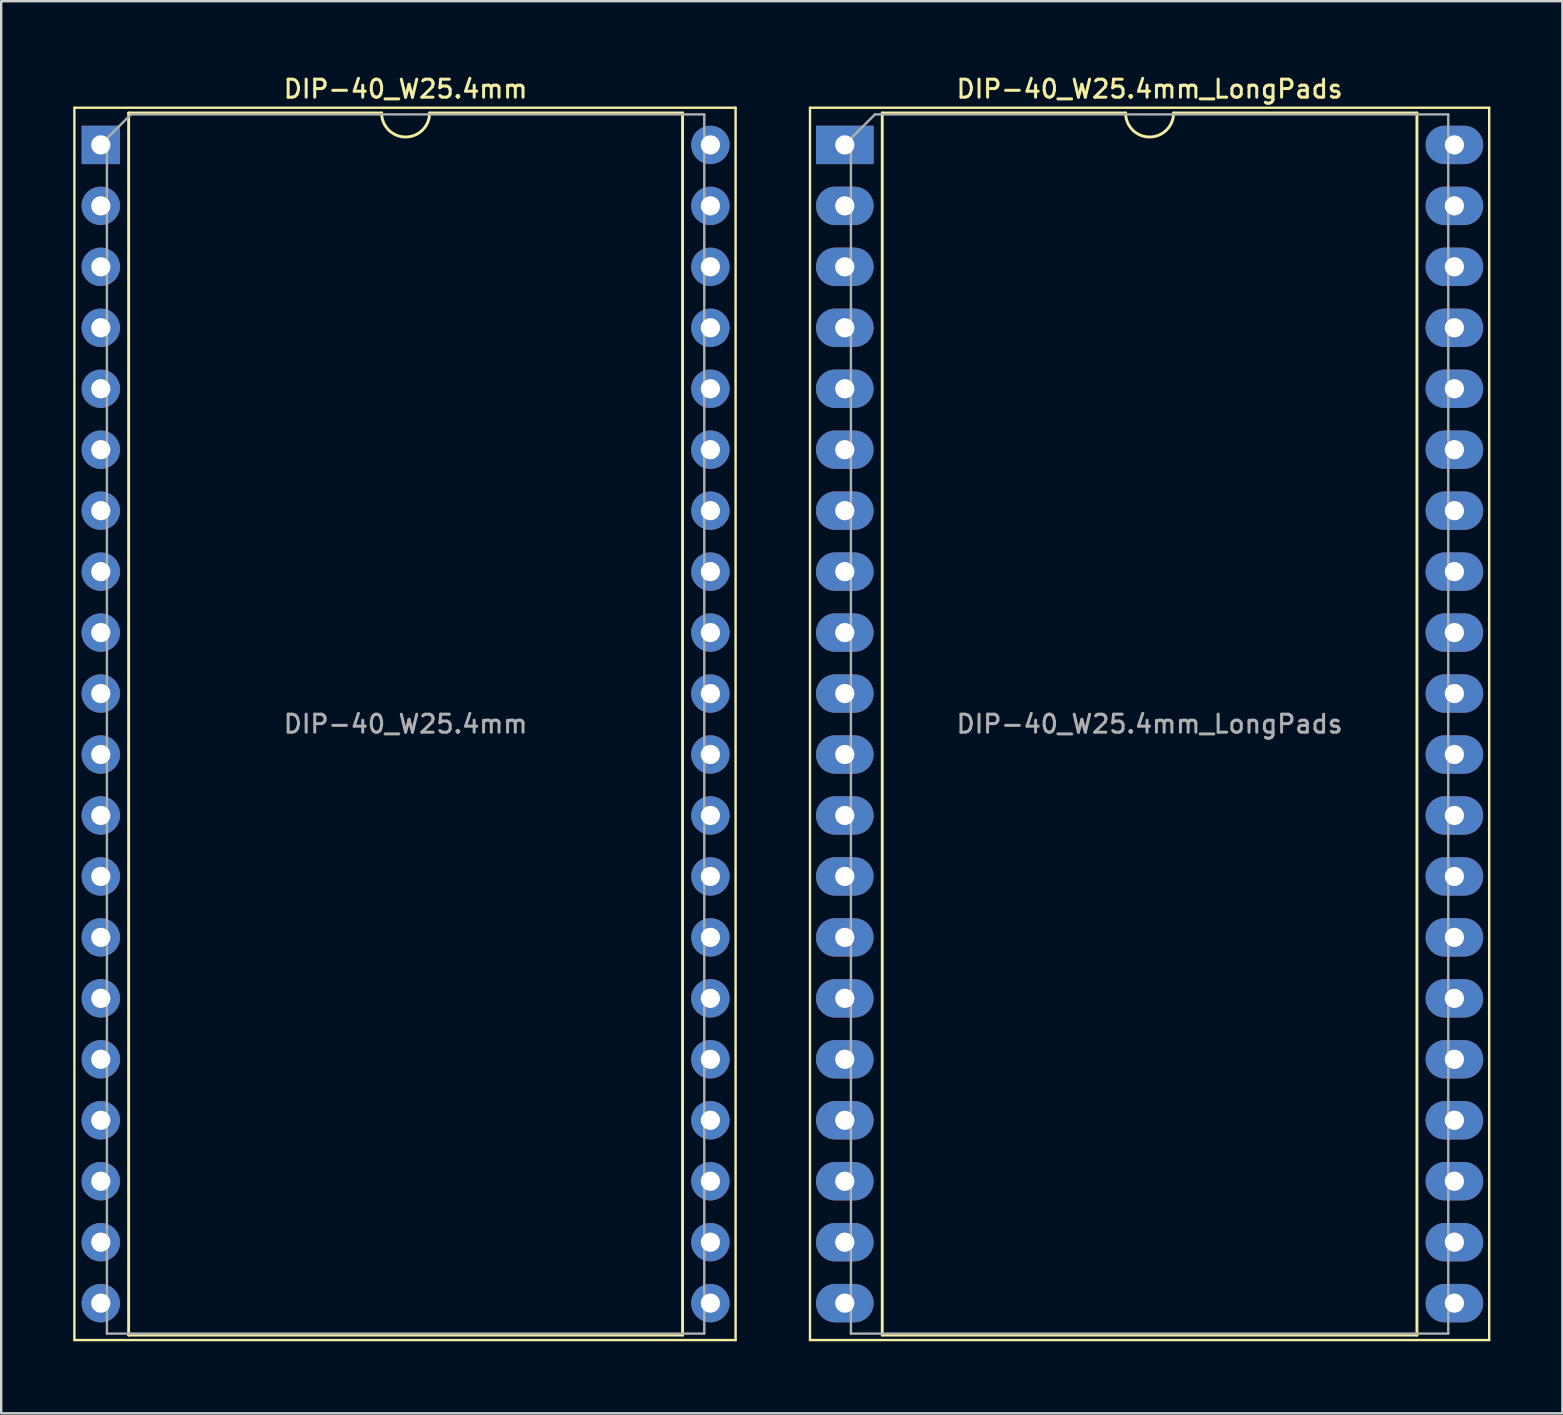
<source format=kicad_pcb>
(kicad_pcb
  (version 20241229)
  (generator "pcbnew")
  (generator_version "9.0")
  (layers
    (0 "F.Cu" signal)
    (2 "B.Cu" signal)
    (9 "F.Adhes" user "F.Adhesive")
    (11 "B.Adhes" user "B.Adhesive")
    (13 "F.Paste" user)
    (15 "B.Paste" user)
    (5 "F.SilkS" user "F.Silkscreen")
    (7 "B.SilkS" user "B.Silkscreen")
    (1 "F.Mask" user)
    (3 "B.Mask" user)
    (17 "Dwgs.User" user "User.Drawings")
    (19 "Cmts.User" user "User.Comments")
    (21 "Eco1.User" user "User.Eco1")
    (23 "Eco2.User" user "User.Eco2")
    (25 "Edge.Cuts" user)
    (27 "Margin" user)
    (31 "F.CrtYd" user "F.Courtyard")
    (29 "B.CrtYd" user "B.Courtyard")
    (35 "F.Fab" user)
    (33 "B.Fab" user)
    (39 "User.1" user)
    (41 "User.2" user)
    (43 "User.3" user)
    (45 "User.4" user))
  (footprint "DIP-40_W25.4mm"
    (layer "F.Cu")
    (at 1.15 2.988)
    (property "Reference" "DIP-40_W25.4mm" (at 12.7 -2.33 0) (layer "F.SilkS") (effects (font (size 0.75 0.75) (thickness 0.125))))
    (attr through_hole)
    (fp_line (start -1.1 -1.55) (end -1.1 49.8) (stroke (width 0.1) (type solid)) (layer "F.SilkS"))
    (fp_line (start -1.1 49.8) (end 26.45 49.8) (stroke (width 0.1) (type solid)) (layer "F.SilkS"))
    (fp_line (start 1.16 -1.33) (end 1.16 49.59) (stroke (width 0.12) (type solid)) (layer "F.SilkS"))
    (fp_line (start 1.16 49.59) (end 24.24 49.59) (stroke (width 0.12) (type solid)) (layer "F.SilkS"))
    (fp_line (start 11.7 -1.33) (end 1.16 -1.33) (stroke (width 0.12) (type solid)) (layer "F.SilkS"))
    (fp_line (start 24.24 -1.33) (end 13.7 -1.33) (stroke (width 0.12) (type solid)) (layer "F.SilkS"))
    (fp_line (start 24.24 49.59) (end 24.24 -1.33) (stroke (width 0.12) (type solid)) (layer "F.SilkS"))
    (fp_line (start 26.45 -1.55) (end -1.1 -1.55) (stroke (width 0.1) (type solid)) (layer "F.SilkS"))
    (fp_line (start 26.45 49.8) (end 26.45 -1.55) (stroke (width 0.1) (type solid)) (layer "F.SilkS"))
    (fp_arc (start 13.7 -1.33) (mid 12.7 -0.33) (end 11.7 -1.33) (stroke (width 0.12) (type solid)) (layer "F.SilkS"))
    (fp_line (start 0.255 -0.27) (end 1.255 -1.27) (stroke (width 0.1) (type solid)) (layer "F.Fab"))
    (fp_line (start 0.255 49.53) (end 0.255 -0.27) (stroke (width 0.1) (type solid)) (layer "F.Fab"))
    (fp_line (start 1.255 -1.27) (end 25.145 -1.27) (stroke (width 0.1) (type solid)) (layer "F.Fab"))
    (fp_line (start 25.145 -1.27) (end 25.145 49.53) (stroke (width 0.1) (type solid)) (layer "F.Fab"))
    (fp_line (start 25.145 49.53) (end 0.255 49.53) (stroke (width 0.1) (type solid)) (layer "F.Fab"))
    (fp_text user "${REFERENCE}" (at 12.7 24.13 0) (layer "F.Fab") (effects (font (size 0.75 0.75) (thickness 0.125))))
    (pad "1" thru_hole rect (at 0 0) (size 1.6 1.6) (drill 0.8) (layers "*.Cu" "*.Mask"))
    (pad "2" thru_hole oval (at 0 2.54) (size 1.6 1.6) (drill 0.8) (layers "*.Cu" "*.Mask"))
    (pad "3" thru_hole oval (at 0 5.08) (size 1.6 1.6) (drill 0.8) (layers "*.Cu" "*.Mask"))
    (pad "4" thru_hole oval (at 0 7.62) (size 1.6 1.6) (drill 0.8) (layers "*.Cu" "*.Mask"))
    (pad "5" thru_hole oval (at 0 10.16) (size 1.6 1.6) (drill 0.8) (layers "*.Cu" "*.Mask"))
    (pad "6" thru_hole oval (at 0 12.7) (size 1.6 1.6) (drill 0.8) (layers "*.Cu" "*.Mask"))
    (pad "7" thru_hole oval (at 0 15.24) (size 1.6 1.6) (drill 0.8) (layers "*.Cu" "*.Mask"))
    (pad "8" thru_hole oval (at 0 17.78) (size 1.6 1.6) (drill 0.8) (layers "*.Cu" "*.Mask"))
    (pad "9" thru_hole oval (at 0 20.32) (size 1.6 1.6) (drill 0.8) (layers "*.Cu" "*.Mask"))
    (pad "10" thru_hole oval (at 0 22.86) (size 1.6 1.6) (drill 0.8) (layers "*.Cu" "*.Mask"))
    (pad "11" thru_hole oval (at 0 25.4) (size 1.6 1.6) (drill 0.8) (layers "*.Cu" "*.Mask"))
    (pad "12" thru_hole oval (at 0 27.94) (size 1.6 1.6) (drill 0.8) (layers "*.Cu" "*.Mask"))
    (pad "13" thru_hole oval (at 0 30.48) (size 1.6 1.6) (drill 0.8) (layers "*.Cu" "*.Mask"))
    (pad "14" thru_hole oval (at 0 33.02) (size 1.6 1.6) (drill 0.8) (layers "*.Cu" "*.Mask"))
    (pad "15" thru_hole oval (at 0 35.56) (size 1.6 1.6) (drill 0.8) (layers "*.Cu" "*.Mask"))
    (pad "16" thru_hole oval (at 0 38.1) (size 1.6 1.6) (drill 0.8) (layers "*.Cu" "*.Mask"))
    (pad "17" thru_hole oval (at 0 40.64) (size 1.6 1.6) (drill 0.8) (layers "*.Cu" "*.Mask"))
    (pad "18" thru_hole oval (at 0 43.18) (size 1.6 1.6) (drill 0.8) (layers "*.Cu" "*.Mask"))
    (pad "19" thru_hole oval (at 0 45.72) (size 1.6 1.6) (drill 0.8) (layers "*.Cu" "*.Mask"))
    (pad "20" thru_hole oval (at 0 48.26) (size 1.6 1.6) (drill 0.8) (layers "*.Cu" "*.Mask"))
    (pad "21" thru_hole oval (at 25.4 48.26) (size 1.6 1.6) (drill 0.8) (layers "*.Cu" "*.Mask"))
    (pad "22" thru_hole oval (at 25.4 45.72) (size 1.6 1.6) (drill 0.8) (layers "*.Cu" "*.Mask"))
    (pad "23" thru_hole oval (at 25.4 43.18) (size 1.6 1.6) (drill 0.8) (layers "*.Cu" "*.Mask"))
    (pad "24" thru_hole oval (at 25.4 40.64) (size 1.6 1.6) (drill 0.8) (layers "*.Cu" "*.Mask"))
    (pad "25" thru_hole oval (at 25.4 38.1) (size 1.6 1.6) (drill 0.8) (layers "*.Cu" "*.Mask"))
    (pad "26" thru_hole oval (at 25.4 35.56) (size 1.6 1.6) (drill 0.8) (layers "*.Cu" "*.Mask"))
    (pad "27" thru_hole oval (at 25.4 33.02) (size 1.6 1.6) (drill 0.8) (layers "*.Cu" "*.Mask"))
    (pad "28" thru_hole oval (at 25.4 30.48) (size 1.6 1.6) (drill 0.8) (layers "*.Cu" "*.Mask"))
    (pad "29" thru_hole oval (at 25.4 27.94) (size 1.6 1.6) (drill 0.8) (layers "*.Cu" "*.Mask"))
    (pad "30" thru_hole oval (at 25.4 25.4) (size 1.6 1.6) (drill 0.8) (layers "*.Cu" "*.Mask"))
    (pad "31" thru_hole oval (at 25.4 22.86) (size 1.6 1.6) (drill 0.8) (layers "*.Cu" "*.Mask"))
    (pad "32" thru_hole oval (at 25.4 20.32) (size 1.6 1.6) (drill 0.8) (layers "*.Cu" "*.Mask"))
    (pad "33" thru_hole oval (at 25.4 17.78) (size 1.6 1.6) (drill 0.8) (layers "*.Cu" "*.Mask"))
    (pad "34" thru_hole oval (at 25.4 15.24) (size 1.6 1.6) (drill 0.8) (layers "*.Cu" "*.Mask"))
    (pad "35" thru_hole oval (at 25.4 12.7) (size 1.6 1.6) (drill 0.8) (layers "*.Cu" "*.Mask"))
    (pad "36" thru_hole oval (at 25.4 10.16) (size 1.6 1.6) (drill 0.8) (layers "*.Cu" "*.Mask"))
    (pad "37" thru_hole oval (at 25.4 7.62) (size 1.6 1.6) (drill 0.8) (layers "*.Cu" "*.Mask"))
    (pad "38" thru_hole oval (at 25.4 5.08) (size 1.6 1.6) (drill 0.8) (layers "*.Cu" "*.Mask"))
    (pad "39" thru_hole oval (at 25.4 2.54) (size 1.6 1.6) (drill 0.8) (layers "*.Cu" "*.Mask"))
    (pad "40" thru_hole oval (at 25.4 0) (size 1.6 1.6) (drill 0.8) (layers "*.Cu" "*.Mask")))
  (footprint "DIP-40_W25.4mm_LongPads"
    (layer "F.Cu")
    (at 32.15 2.988)
    (property "Reference" "DIP-40_W25.4mm_LongPads" (at 12.7 -2.33 0) (layer "F.SilkS") (effects (font (size 0.75 0.75) (thickness 0.125))))
    (attr through_hole)
    (fp_line (start -1.45 -1.55) (end -1.45 49.8) (stroke (width 0.1) (type solid)) (layer "F.SilkS"))
    (fp_line (start -1.45 49.8) (end 26.85 49.8) (stroke (width 0.1) (type solid)) (layer "F.SilkS"))
    (fp_line (start 1.56 -1.33) (end 1.56 49.59) (stroke (width 0.12) (type solid)) (layer "F.SilkS"))
    (fp_line (start 1.56 49.59) (end 23.84 49.59) (stroke (width 0.12) (type solid)) (layer "F.SilkS"))
    (fp_line (start 11.7 -1.33) (end 1.56 -1.33) (stroke (width 0.12) (type solid)) (layer "F.SilkS"))
    (fp_line (start 23.84 -1.33) (end 13.7 -1.33) (stroke (width 0.12) (type solid)) (layer "F.SilkS"))
    (fp_line (start 23.84 49.59) (end 23.84 -1.33) (stroke (width 0.12) (type solid)) (layer "F.SilkS"))
    (fp_line (start 26.85 -1.55) (end -1.45 -1.55) (stroke (width 0.1) (type solid)) (layer "F.SilkS"))
    (fp_line (start 26.85 49.8) (end 26.85 -1.55) (stroke (width 0.1) (type solid)) (layer "F.SilkS"))
    (fp_arc (start 13.7 -1.33) (mid 12.7 -0.33) (end 11.7 -1.33) (stroke (width 0.12) (type solid)) (layer "F.SilkS"))
    (fp_line (start 0.255 -0.27) (end 1.255 -1.27) (stroke (width 0.1) (type solid)) (layer "F.Fab"))
    (fp_line (start 0.255 49.53) (end 0.255 -0.27) (stroke (width 0.1) (type solid)) (layer "F.Fab"))
    (fp_line (start 1.255 -1.27) (end 25.145 -1.27) (stroke (width 0.1) (type solid)) (layer "F.Fab"))
    (fp_line (start 25.145 -1.27) (end 25.145 49.53) (stroke (width 0.1) (type solid)) (layer "F.Fab"))
    (fp_line (start 25.145 49.53) (end 0.255 49.53) (stroke (width 0.1) (type solid)) (layer "F.Fab"))
    (fp_text user "${REFERENCE}" (at 12.7 24.13 0) (layer "F.Fab") (effects (font (size 0.75 0.75) (thickness 0.125))))
    (pad "1" thru_hole rect (at 0 0) (size 2.4 1.6) (drill 0.8) (layers "*.Cu" "*.Mask"))
    (pad "2" thru_hole oval (at 0 2.54) (size 2.4 1.6) (drill 0.8) (layers "*.Cu" "*.Mask"))
    (pad "3" thru_hole oval (at 0 5.08) (size 2.4 1.6) (drill 0.8) (layers "*.Cu" "*.Mask"))
    (pad "4" thru_hole oval (at 0 7.62) (size 2.4 1.6) (drill 0.8) (layers "*.Cu" "*.Mask"))
    (pad "5" thru_hole oval (at 0 10.16) (size 2.4 1.6) (drill 0.8) (layers "*.Cu" "*.Mask"))
    (pad "6" thru_hole oval (at 0 12.7) (size 2.4 1.6) (drill 0.8) (layers "*.Cu" "*.Mask"))
    (pad "7" thru_hole oval (at 0 15.24) (size 2.4 1.6) (drill 0.8) (layers "*.Cu" "*.Mask"))
    (pad "8" thru_hole oval (at 0 17.78) (size 2.4 1.6) (drill 0.8) (layers "*.Cu" "*.Mask"))
    (pad "9" thru_hole oval (at 0 20.32) (size 2.4 1.6) (drill 0.8) (layers "*.Cu" "*.Mask"))
    (pad "10" thru_hole oval (at 0 22.86) (size 2.4 1.6) (drill 0.8) (layers "*.Cu" "*.Mask"))
    (pad "11" thru_hole oval (at 0 25.4) (size 2.4 1.6) (drill 0.8) (layers "*.Cu" "*.Mask"))
    (pad "12" thru_hole oval (at 0 27.94) (size 2.4 1.6) (drill 0.8) (layers "*.Cu" "*.Mask"))
    (pad "13" thru_hole oval (at 0 30.48) (size 2.4 1.6) (drill 0.8) (layers "*.Cu" "*.Mask"))
    (pad "14" thru_hole oval (at 0 33.02) (size 2.4 1.6) (drill 0.8) (layers "*.Cu" "*.Mask"))
    (pad "15" thru_hole oval (at 0 35.56) (size 2.4 1.6) (drill 0.8) (layers "*.Cu" "*.Mask"))
    (pad "16" thru_hole oval (at 0 38.1) (size 2.4 1.6) (drill 0.8) (layers "*.Cu" "*.Mask"))
    (pad "17" thru_hole oval (at 0 40.64) (size 2.4 1.6) (drill 0.8) (layers "*.Cu" "*.Mask"))
    (pad "18" thru_hole oval (at 0 43.18) (size 2.4 1.6) (drill 0.8) (layers "*.Cu" "*.Mask"))
    (pad "19" thru_hole oval (at 0 45.72) (size 2.4 1.6) (drill 0.8) (layers "*.Cu" "*.Mask"))
    (pad "20" thru_hole oval (at 0 48.26) (size 2.4 1.6) (drill 0.8) (layers "*.Cu" "*.Mask"))
    (pad "21" thru_hole oval (at 25.4 48.26) (size 2.4 1.6) (drill 0.8) (layers "*.Cu" "*.Mask"))
    (pad "22" thru_hole oval (at 25.4 45.72) (size 2.4 1.6) (drill 0.8) (layers "*.Cu" "*.Mask"))
    (pad "23" thru_hole oval (at 25.4 43.18) (size 2.4 1.6) (drill 0.8) (layers "*.Cu" "*.Mask"))
    (pad "24" thru_hole oval (at 25.4 40.64) (size 2.4 1.6) (drill 0.8) (layers "*.Cu" "*.Mask"))
    (pad "25" thru_hole oval (at 25.4 38.1) (size 2.4 1.6) (drill 0.8) (layers "*.Cu" "*.Mask"))
    (pad "26" thru_hole oval (at 25.4 35.56) (size 2.4 1.6) (drill 0.8) (layers "*.Cu" "*.Mask"))
    (pad "27" thru_hole oval (at 25.4 33.02) (size 2.4 1.6) (drill 0.8) (layers "*.Cu" "*.Mask"))
    (pad "28" thru_hole oval (at 25.4 30.48) (size 2.4 1.6) (drill 0.8) (layers "*.Cu" "*.Mask"))
    (pad "29" thru_hole oval (at 25.4 27.94) (size 2.4 1.6) (drill 0.8) (layers "*.Cu" "*.Mask"))
    (pad "30" thru_hole oval (at 25.4 25.4) (size 2.4 1.6) (drill 0.8) (layers "*.Cu" "*.Mask"))
    (pad "31" thru_hole oval (at 25.4 22.86) (size 2.4 1.6) (drill 0.8) (layers "*.Cu" "*.Mask"))
    (pad "32" thru_hole oval (at 25.4 20.32) (size 2.4 1.6) (drill 0.8) (layers "*.Cu" "*.Mask"))
    (pad "33" thru_hole oval (at 25.4 17.78) (size 2.4 1.6) (drill 0.8) (layers "*.Cu" "*.Mask"))
    (pad "34" thru_hole oval (at 25.4 15.24) (size 2.4 1.6) (drill 0.8) (layers "*.Cu" "*.Mask"))
    (pad "35" thru_hole oval (at 25.4 12.7) (size 2.4 1.6) (drill 0.8) (layers "*.Cu" "*.Mask"))
    (pad "36" thru_hole oval (at 25.4 10.16) (size 2.4 1.6) (drill 0.8) (layers "*.Cu" "*.Mask"))
    (pad "37" thru_hole oval (at 25.4 7.62) (size 2.4 1.6) (drill 0.8) (layers "*.Cu" "*.Mask"))
    (pad "38" thru_hole oval (at 25.4 5.08) (size 2.4 1.6) (drill 0.8) (layers "*.Cu" "*.Mask"))
    (pad "39" thru_hole oval (at 25.4 2.54) (size 2.4 1.6) (drill 0.8) (layers "*.Cu" "*.Mask"))
    (pad "40" thru_hole oval (at 25.4 0) (size 2.4 1.6) (drill 0.8) (layers "*.Cu" "*.Mask")))
  (gr_rect
    (start -3 -3)
    (end 62.05 55.838)
    (stroke (width 0.1) (type default))
    (fill no)
    (layer "Edge.Cuts")))
</source>
